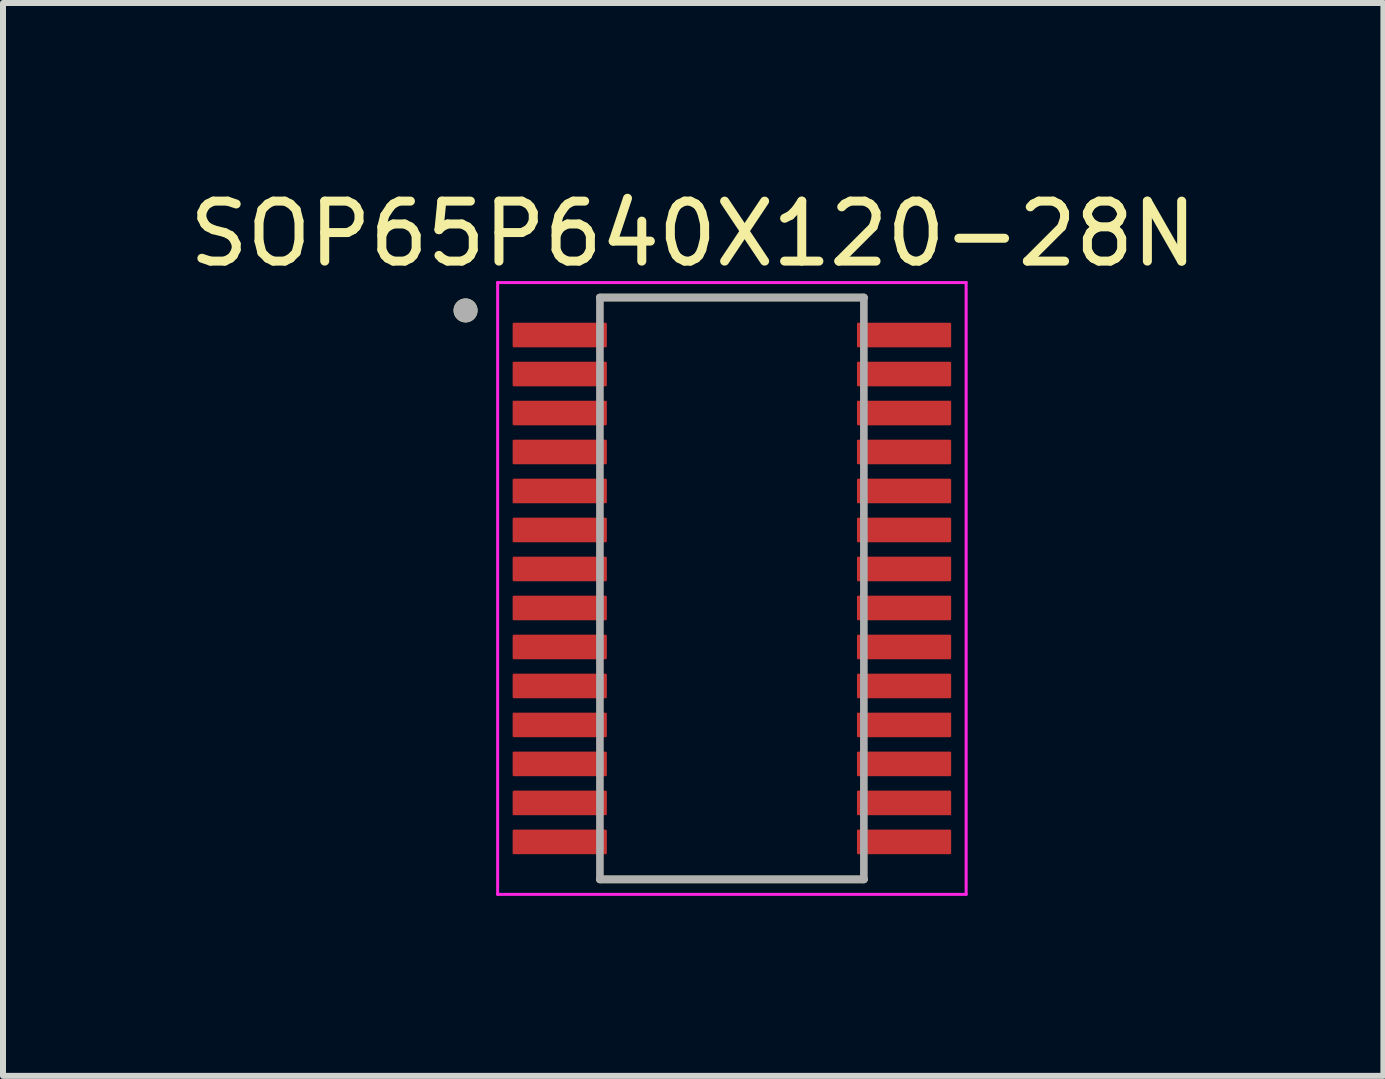
<source format=kicad_pcb>
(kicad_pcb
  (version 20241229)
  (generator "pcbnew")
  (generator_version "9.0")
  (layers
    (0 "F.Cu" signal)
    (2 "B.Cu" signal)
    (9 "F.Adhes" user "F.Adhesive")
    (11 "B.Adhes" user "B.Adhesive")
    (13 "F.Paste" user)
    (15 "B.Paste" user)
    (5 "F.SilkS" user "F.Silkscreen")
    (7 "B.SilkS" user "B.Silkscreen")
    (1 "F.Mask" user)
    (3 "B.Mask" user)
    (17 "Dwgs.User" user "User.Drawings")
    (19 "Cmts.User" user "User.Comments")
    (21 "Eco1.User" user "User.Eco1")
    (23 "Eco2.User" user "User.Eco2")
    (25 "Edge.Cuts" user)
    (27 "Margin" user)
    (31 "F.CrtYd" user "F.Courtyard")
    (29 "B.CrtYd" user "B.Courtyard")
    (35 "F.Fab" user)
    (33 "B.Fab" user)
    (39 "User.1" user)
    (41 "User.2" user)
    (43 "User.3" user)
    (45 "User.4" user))
  (footprint "SOP65P640X120-28N"
    (layer "F.Cu")
    (at 9.151 6.76)
    (property "Reference" "SOP65P640X120-28N" (at -0.645 -5.912 0) (layer "F.SilkS") (effects (font (size 1 1) (thickness 0.15))))
    (attr through_hole)
    (fp_line (start -2.2 -4.85) (end 2.2 -4.85) (stroke (width 0.127) (type solid)) (layer "F.SilkS"))
    (fp_line (start -2.2 4.85) (end 2.2 4.85) (stroke (width 0.127) (type solid)) (layer "F.SilkS"))
    (fp_circle (center -4.44 -4.635) (end -4.34 -4.635) (stroke (width 0.2) (type solid)) (fill no) (layer "F.SilkS"))
    (fp_line (start -3.905 -5.1) (end -3.905 5.1) (stroke (width 0.05) (type solid)) (layer "F.CrtYd"))
    (fp_line (start -3.905 -5.1) (end 3.905 -5.1) (stroke (width 0.05) (type solid)) (layer "F.CrtYd"))
    (fp_line (start -3.905 5.1) (end 3.905 5.1) (stroke (width 0.05) (type solid)) (layer "F.CrtYd"))
    (fp_line (start 3.905 -5.1) (end 3.905 5.1) (stroke (width 0.05) (type solid)) (layer "F.CrtYd"))
    (fp_line (start -2.2 -4.85) (end -2.2 4.85) (stroke (width 0.127) (type solid)) (layer "F.Fab"))
    (fp_line (start -2.2 -4.85) (end 2.2 -4.85) (stroke (width 0.127) (type solid)) (layer "F.Fab"))
    (fp_line (start -2.2 4.85) (end 2.2 4.85) (stroke (width 0.127) (type solid)) (layer "F.Fab"))
    (fp_line (start 2.2 -4.85) (end 2.2 4.85) (stroke (width 0.127) (type solid)) (layer "F.Fab"))
    (fp_circle (center -4.44 -4.635) (end -4.34 -4.635) (stroke (width 0.2) (type solid)) (fill no) (layer "F.Fab"))
    (pad "1" smd roundrect (at -2.87 -4.225) (size 1.57 0.41) (layers "F.Cu" "F.Mask" "F.Paste") (roundrect_rratio 0.05))
    (pad "2" smd roundrect (at -2.87 -3.575) (size 1.57 0.41) (layers "F.Cu" "F.Mask" "F.Paste") (roundrect_rratio 0.05))
    (pad "3" smd roundrect (at -2.87 -2.925) (size 1.57 0.41) (layers "F.Cu" "F.Mask" "F.Paste") (roundrect_rratio 0.05))
    (pad "4" smd roundrect (at -2.87 -2.275) (size 1.57 0.41) (layers "F.Cu" "F.Mask" "F.Paste") (roundrect_rratio 0.05))
    (pad "5" smd roundrect (at -2.87 -1.625) (size 1.57 0.41) (layers "F.Cu" "F.Mask" "F.Paste") (roundrect_rratio 0.05))
    (pad "6" smd roundrect (at -2.87 -0.975) (size 1.57 0.41) (layers "F.Cu" "F.Mask" "F.Paste") (roundrect_rratio 0.05))
    (pad "7" smd roundrect (at -2.87 -0.325) (size 1.57 0.41) (layers "F.Cu" "F.Mask" "F.Paste") (roundrect_rratio 0.05))
    (pad "8" smd roundrect (at -2.87 0.325) (size 1.57 0.41) (layers "F.Cu" "F.Mask" "F.Paste") (roundrect_rratio 0.05))
    (pad "9" smd roundrect (at -2.87 0.975) (size 1.57 0.41) (layers "F.Cu" "F.Mask" "F.Paste") (roundrect_rratio 0.05))
    (pad "10" smd roundrect (at -2.87 1.625) (size 1.57 0.41) (layers "F.Cu" "F.Mask" "F.Paste") (roundrect_rratio 0.05))
    (pad "11" smd roundrect (at -2.87 2.275) (size 1.57 0.41) (layers "F.Cu" "F.Mask" "F.Paste") (roundrect_rratio 0.05))
    (pad "12" smd roundrect (at -2.87 2.925) (size 1.57 0.41) (layers "F.Cu" "F.Mask" "F.Paste") (roundrect_rratio 0.05))
    (pad "13" smd roundrect (at -2.87 3.575) (size 1.57 0.41) (layers "F.Cu" "F.Mask" "F.Paste") (roundrect_rratio 0.05))
    (pad "14" smd roundrect (at -2.87 4.225) (size 1.57 0.41) (layers "F.Cu" "F.Mask" "F.Paste") (roundrect_rratio 0.05))
    (pad "15" smd roundrect (at 2.87 4.225) (size 1.57 0.41) (layers "F.Cu" "F.Mask" "F.Paste") (roundrect_rratio 0.05))
    (pad "16" smd roundrect (at 2.87 3.575) (size 1.57 0.41) (layers "F.Cu" "F.Mask" "F.Paste") (roundrect_rratio 0.05))
    (pad "17" smd roundrect (at 2.87 2.925) (size 1.57 0.41) (layers "F.Cu" "F.Mask" "F.Paste") (roundrect_rratio 0.05))
    (pad "18" smd roundrect (at 2.87 2.275) (size 1.57 0.41) (layers "F.Cu" "F.Mask" "F.Paste") (roundrect_rratio 0.05))
    (pad "19" smd roundrect (at 2.87 1.625) (size 1.57 0.41) (layers "F.Cu" "F.Mask" "F.Paste") (roundrect_rratio 0.05))
    (pad "20" smd roundrect (at 2.87 0.975) (size 1.57 0.41) (layers "F.Cu" "F.Mask" "F.Paste") (roundrect_rratio 0.05))
    (pad "21" smd roundrect (at 2.87 0.325) (size 1.57 0.41) (layers "F.Cu" "F.Mask" "F.Paste") (roundrect_rratio 0.05))
    (pad "22" smd roundrect (at 2.87 -0.325) (size 1.57 0.41) (layers "F.Cu" "F.Mask" "F.Paste") (roundrect_rratio 0.05))
    (pad "23" smd roundrect (at 2.87 -0.975) (size 1.57 0.41) (layers "F.Cu" "F.Mask" "F.Paste") (roundrect_rratio 0.05))
    (pad "24" smd roundrect (at 2.87 -1.625) (size 1.57 0.41) (layers "F.Cu" "F.Mask" "F.Paste") (roundrect_rratio 0.05))
    (pad "25" smd roundrect (at 2.87 -2.275) (size 1.57 0.41) (layers "F.Cu" "F.Mask" "F.Paste") (roundrect_rratio 0.05))
    (pad "26" smd roundrect (at 2.87 -2.925) (size 1.57 0.41) (layers "F.Cu" "F.Mask" "F.Paste") (roundrect_rratio 0.05))
    (pad "27" smd roundrect (at 2.87 -3.575) (size 1.57 0.41) (layers "F.Cu" "F.Mask" "F.Paste") (roundrect_rratio 0.05))
    (pad "28" smd roundrect (at 2.87 -4.225) (size 1.57 0.41) (layers "F.Cu" "F.Mask" "F.Paste") (roundrect_rratio 0.05)))
  (gr_rect
    (start -3 -3)
    (end 20.012 14.885)
    (stroke (width 0.1) (type default))
    (fill no)
    (layer "Edge.Cuts")))
</source>
